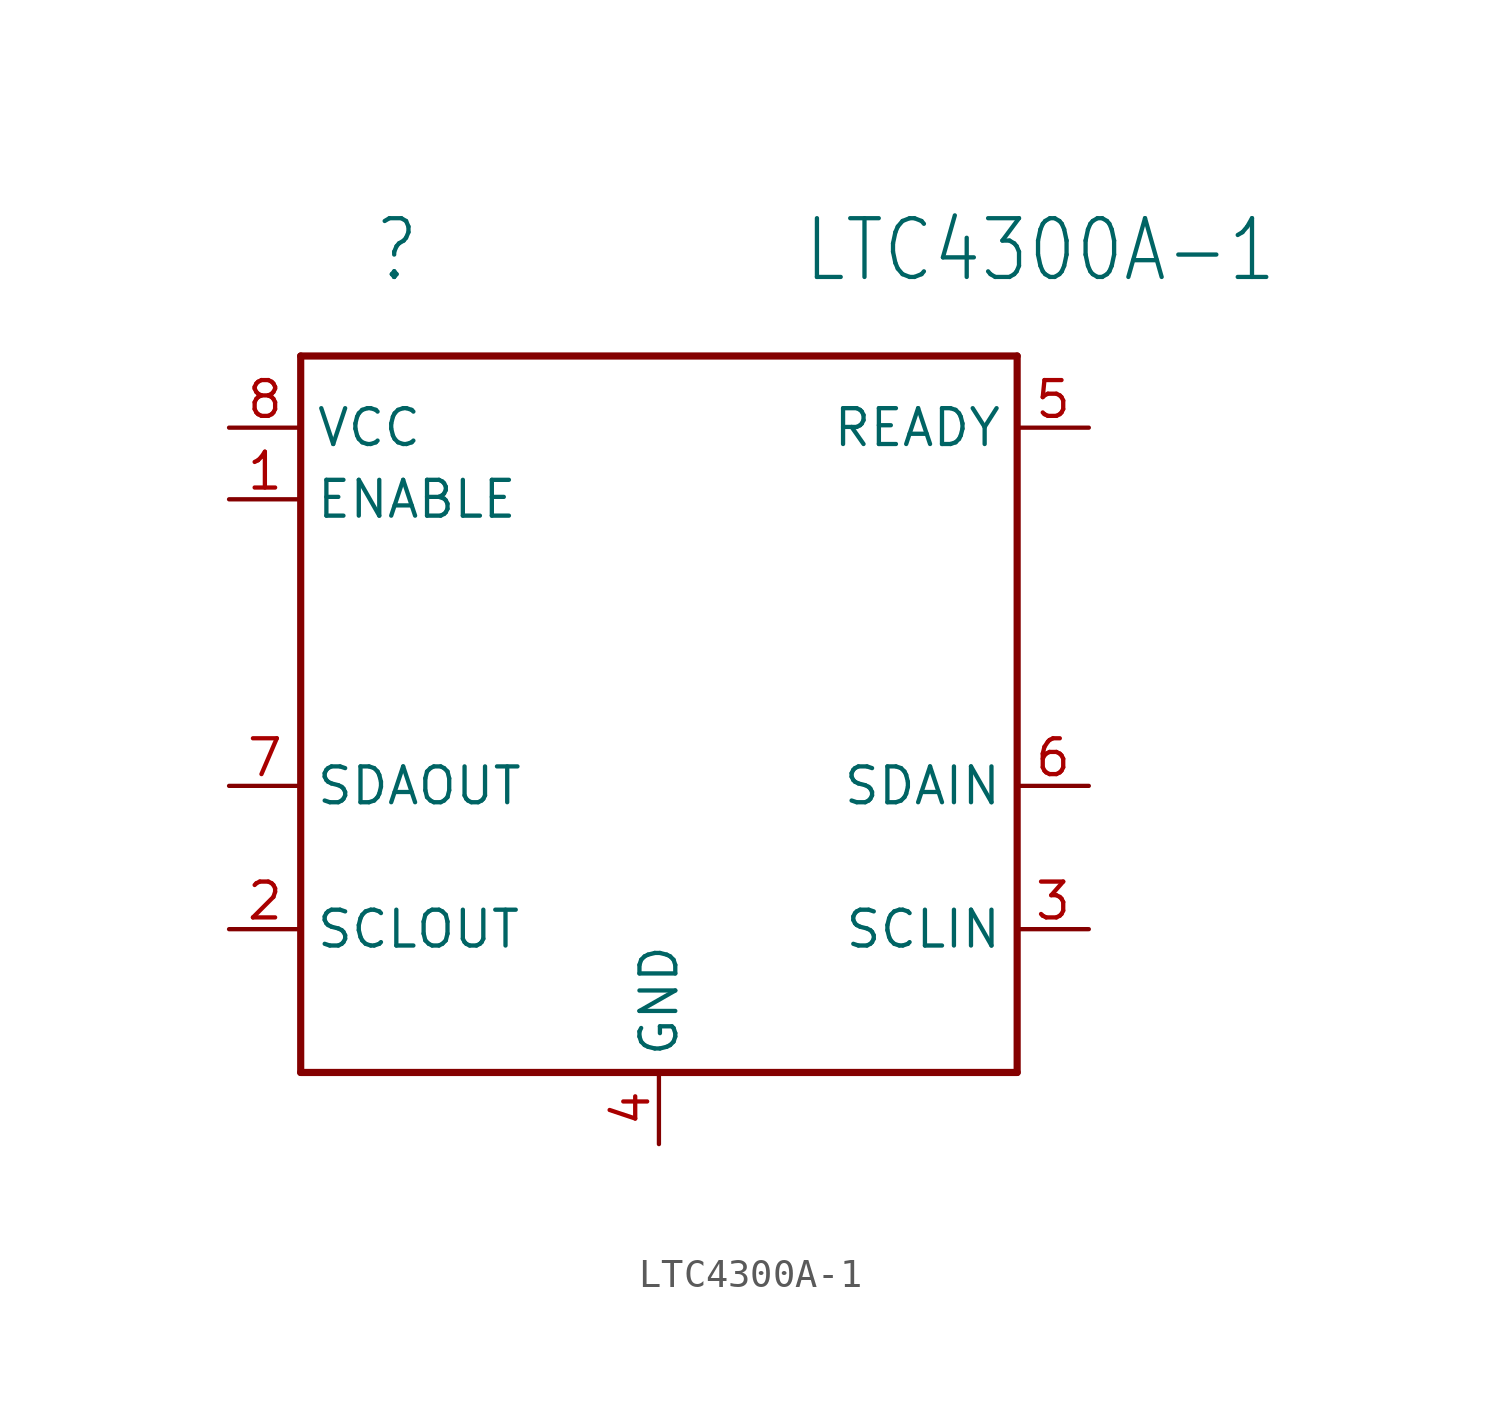
<source format=kicad_sym>
(kicad_symbol_lib
  (version 20220914)
  (generator kicad_symbol_editor)
  (symbol "LTC4300A-1"
    (property "Reference" ""
      (at -10.16 15.24 0)
      (effects (font (size 2.083 1.77)) (justify left bottom)))
    (property "Value" "LTC4300A-1"
      (at 5.08 15.24 0)
      (effects (font (size 2.083 1.77)) (justify left bottom)))
    (property "ki_locked" ""
      (at 0 0 0)
      (effects (font (size 1.27 1.27))))
    (symbol "LTC4300A-1_1_0"
      (polyline (pts (xy -12.7 -12.7) (xy 12.7 -12.7)) (stroke (width 0.254) (type default)) (fill (type none)))
      (polyline (pts (xy -12.7 12.7) (xy -12.7 -12.7)) (stroke (width 0.254) (type default)) (fill (type none)))
      (polyline (pts (xy 12.7 -12.7) (xy 12.7 12.7)) (stroke (width 0.254) (type default)) (fill (type none)))
      (polyline (pts (xy 12.7 12.7) (xy -12.7 12.7)) (stroke (width 0.254) (type default)) (fill (type none)))
      (pin input line (at -15.24 7.62 0) (length 2.54) (name "ENABLE" (effects (font (size 1.27 1.27)))) (number "1" (effects (font (size 1.27 1.27)))))
      (pin bidirectional line (at -15.24 -7.62 0) (length 2.54) (name "SCLOUT" (effects (font (size 1.27 1.27)))) (number "2" (effects (font (size 1.27 1.27)))))
      (pin bidirectional line (at 15.24 -7.62 180) (length 2.54) (name "SCLIN" (effects (font (size 1.27 1.27)))) (number "3" (effects (font (size 1.27 1.27)))))
      (pin power_in line (at 0 -15.24 90) (length 2.54) (name "GND" (effects (font (size 1.27 1.27)))) (number "4" (effects (font (size 1.27 1.27)))))
      (pin output line (at 15.24 10.16 180) (length 2.54) (name "READY" (effects (font (size 1.27 1.27)))) (number "5" (effects (font (size 1.27 1.27)))))
      (pin bidirectional line (at 15.24 -2.54 180) (length 2.54) (name "SDAIN" (effects (font (size 1.27 1.27)))) (number "6" (effects (font (size 1.27 1.27)))))
      (pin bidirectional line (at -15.24 -2.54 0) (length 2.54) (name "SDAOUT" (effects (font (size 1.27 1.27)))) (number "7" (effects (font (size 1.27 1.27)))))
      (pin power_in line (at -15.24 10.16 0) (length 2.54) (name "VCC" (effects (font (size 1.27 1.27)))) (number "8" (effects (font (size 1.27 1.27))))))))
</source>
